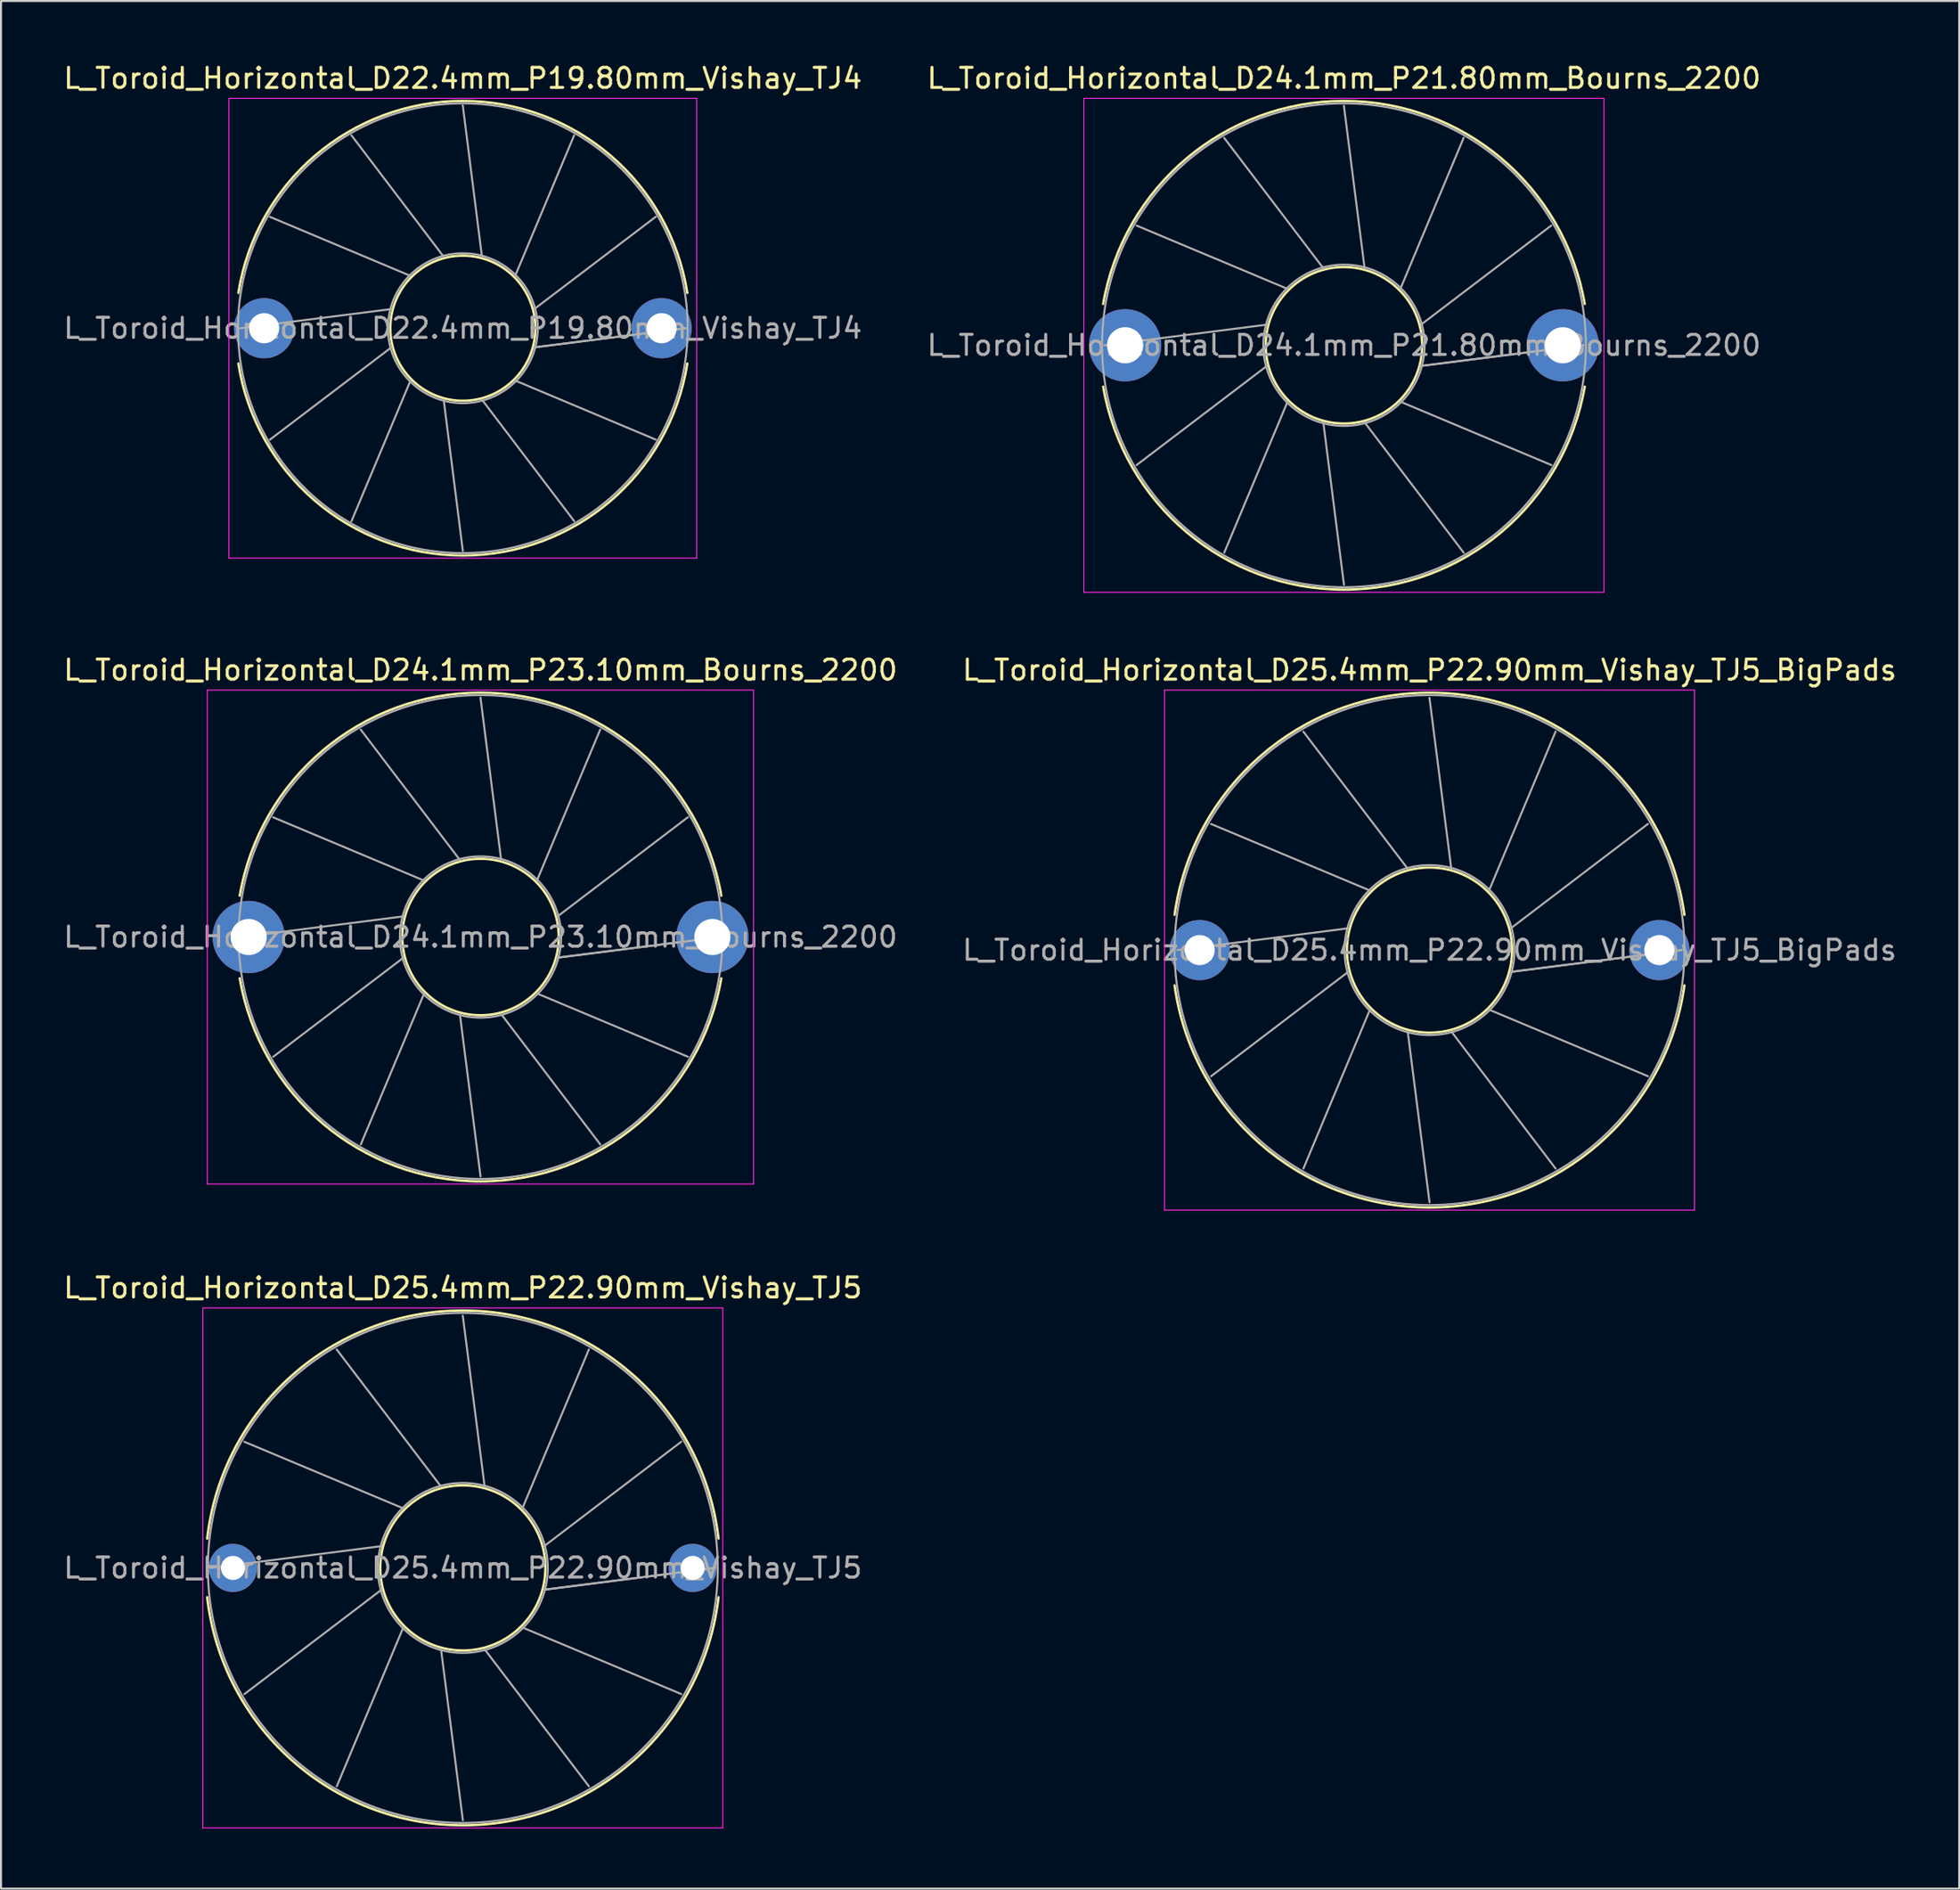
<source format=kicad_pcb>
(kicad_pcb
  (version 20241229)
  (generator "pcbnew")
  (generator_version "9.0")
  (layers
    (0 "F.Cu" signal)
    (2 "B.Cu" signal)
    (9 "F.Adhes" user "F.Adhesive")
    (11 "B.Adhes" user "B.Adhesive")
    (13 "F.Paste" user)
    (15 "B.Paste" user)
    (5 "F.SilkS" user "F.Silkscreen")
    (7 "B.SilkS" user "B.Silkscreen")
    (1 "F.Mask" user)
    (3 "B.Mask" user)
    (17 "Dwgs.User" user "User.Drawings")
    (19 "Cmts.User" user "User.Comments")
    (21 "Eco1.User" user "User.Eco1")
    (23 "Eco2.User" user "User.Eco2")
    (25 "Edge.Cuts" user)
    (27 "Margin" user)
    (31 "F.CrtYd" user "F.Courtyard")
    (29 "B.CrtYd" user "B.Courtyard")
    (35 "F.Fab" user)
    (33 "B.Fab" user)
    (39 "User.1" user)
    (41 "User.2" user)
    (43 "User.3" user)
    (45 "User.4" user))
  (footprint "L_Toroid_Horizontal_D24.1mm_P21.80mm_Bourns_2200"
    (layer "F.Cu")
    (at 52.999 14.148)
    (property "Reference" "L_Toroid_Horizontal_D24.1mm_P21.80mm_Bourns_2200" (at 10.9 -13.3 0) (layer "F.SilkS") (effects (font (size 1 1) (thickness 0.15))))
    (attr through_hole)
    (fp_arc (start -1.094386 -2.06) (mid 10.9 -12.17) (end 22.894386 -2.06) (stroke (width 0.12) (type solid)) (layer "F.SilkS"))
    (fp_arc (start 22.894386 2.06) (mid 10.9 12.17) (end -1.094386 2.06) (stroke (width 0.12) (type solid)) (layer "F.SilkS"))
    (fp_circle (center 10.9 0) (end 14.797 0) (stroke (width 0.12) (type solid)) (fill no) (layer "F.SilkS"))
    (fp_line (start -2.06 -12.3) (end -2.06 12.3) (stroke (width 0.05) (type solid)) (layer "F.CrtYd"))
    (fp_line (start -2.06 12.3) (end 23.85 12.3) (stroke (width 0.05) (type solid)) (layer "F.CrtYd"))
    (fp_line (start 23.85 -12.3) (end -2.06 -12.3) (stroke (width 0.05) (type solid)) (layer "F.CrtYd"))
    (fp_line (start 23.85 12.3) (end 23.85 -12.3) (stroke (width 0.05) (type solid)) (layer "F.CrtYd"))
    (fp_line (start -1.027 0.001) (end 7.061 -1.028) (stroke (width 0.1) (type solid)) (layer "F.Fab"))
    (fp_line (start 0.571 -5.962) (end 8.089 -2.81) (stroke (width 0.1) (type solid)) (layer "F.Fab"))
    (fp_line (start 0.572 5.964) (end 7.061 1.029) (stroke (width 0.1) (type solid)) (layer "F.Fab"))
    (fp_line (start 4.935 -10.328) (end 9.871 -3.839) (stroke (width 0.1) (type solid)) (layer "F.Fab"))
    (fp_line (start 4.937 10.329) (end 8.09 2.811) (stroke (width 0.1) (type solid)) (layer "F.Fab"))
    (fp_line (start 10.898 -11.927) (end 11.928 -3.839) (stroke (width 0.1) (type solid)) (layer "F.Fab"))
    (fp_line (start 10.901 11.927) (end 9.872 3.839) (stroke (width 0.1) (type solid)) (layer "F.Fab"))
    (fp_line (start 16.862 -10.33) (end 13.71 -2.811) (stroke (width 0.1) (type solid)) (layer "F.Fab"))
    (fp_line (start 16.864 10.329) (end 11.929 3.839) (stroke (width 0.1) (type solid)) (layer "F.Fab"))
    (fp_line (start 21.228 -5.965) (end 14.739 -1.029) (stroke (width 0.1) (type solid)) (layer "F.Fab"))
    (fp_line (start 21.229 5.963) (end 13.711 2.81) (stroke (width 0.1) (type solid)) (layer "F.Fab"))
    (fp_line (start 22.827 -0.002) (end 14.739 1.028) (stroke (width 0.1) (type solid)) (layer "F.Fab"))
    (fp_line (start 22.827 0) (end 14.739 1.029) (stroke (width 0.1) (type solid)) (layer "F.Fab"))
    (fp_circle (center 10.9 0) (end 14.917 0) (stroke (width 0.1) (type solid)) (fill no) (layer "F.Fab"))
    (fp_circle (center 10.9 0) (end 22.95 0) (stroke (width 0.1) (type solid)) (fill no) (layer "F.Fab"))
    (fp_text user "${REFERENCE}" (at 10.9 0 0) (layer "F.Fab") (effects (font (size 1 1) (thickness 0.15))))
    (pad "1" thru_hole circle (at 0 0) (size 3.6 3.6) (drill 1.8) (layers "*.Cu" "*.Mask"))
    (pad "2" thru_hole circle (at 21.8 0) (size 3.6 3.6) (drill 1.8) (layers "*.Cu" "*.Mask")))
  (footprint "L_Toroid_Horizontal_D22.4mm_P19.80mm_Vishay_TJ4"
    (layer "F.Cu")
    (at 10.106 13.298)
    (property "Reference" "L_Toroid_Horizontal_D22.4mm_P19.80mm_Vishay_TJ4" (at 9.9 -12.45 0) (layer "F.SilkS") (effects (font (size 1 1) (thickness 0.15))))
    (attr through_hole)
    (fp_arc (start -1.282343 -1.76) (mid 9.9 -11.32) (end 21.082343 -1.76) (stroke (width 0.12) (type solid)) (layer "F.SilkS"))
    (fp_arc (start 21.082343 1.76) (mid 9.9 11.32) (end -1.282343 1.76) (stroke (width 0.12) (type solid)) (layer "F.SilkS"))
    (fp_circle (center 9.9 0) (end 13.513 0) (stroke (width 0.12) (type solid)) (fill no) (layer "F.SilkS"))
    (fp_line (start -1.75 -11.45) (end -1.75 11.45) (stroke (width 0.05) (type solid)) (layer "F.CrtYd"))
    (fp_line (start -1.75 11.45) (end 21.55 11.45) (stroke (width 0.05) (type solid)) (layer "F.CrtYd"))
    (fp_line (start 21.55 -11.45) (end -1.75 -11.45) (stroke (width 0.05) (type solid)) (layer "F.CrtYd"))
    (fp_line (start 21.55 11.45) (end 21.55 -11.45) (stroke (width 0.05) (type solid)) (layer "F.CrtYd"))
    (fp_line (start -1.194 0.001) (end 6.34 -0.954) (stroke (width 0.1) (type solid)) (layer "F.Fab"))
    (fp_line (start 0.292 -5.546) (end 7.294 -2.606) (stroke (width 0.1) (type solid)) (layer "F.Fab"))
    (fp_line (start 0.293 5.548) (end 6.34 0.954) (stroke (width 0.1) (type solid)) (layer "F.Fab"))
    (fp_line (start 4.352 -9.607) (end 8.946 -3.56) (stroke (width 0.1) (type solid)) (layer "F.Fab"))
    (fp_line (start 4.354 9.608) (end 7.294 2.606) (stroke (width 0.1) (type solid)) (layer "F.Fab"))
    (fp_line (start 9.898 -11.094) (end 10.853 -3.56) (stroke (width 0.1) (type solid)) (layer "F.Fab"))
    (fp_line (start 9.901 11.094) (end 8.946 3.56) (stroke (width 0.1) (type solid)) (layer "F.Fab"))
    (fp_line (start 15.445 -9.608) (end 12.506 -2.607) (stroke (width 0.1) (type solid)) (layer "F.Fab"))
    (fp_line (start 15.447 9.607) (end 10.854 3.56) (stroke (width 0.1) (type solid)) (layer "F.Fab"))
    (fp_line (start 19.506 -5.548) (end 13.46 -0.955) (stroke (width 0.1) (type solid)) (layer "F.Fab"))
    (fp_line (start 19.507 5.547) (end 12.506 2.606) (stroke (width 0.1) (type solid)) (layer "F.Fab"))
    (fp_line (start 20.994 -0.002) (end 13.46 0.953) (stroke (width 0.1) (type solid)) (layer "F.Fab"))
    (fp_line (start 20.994 0) (end 13.46 0.954) (stroke (width 0.1) (type solid)) (layer "F.Fab"))
    (fp_circle (center 9.9 0) (end 13.633 0) (stroke (width 0.1) (type solid)) (fill no) (layer "F.Fab"))
    (fp_circle (center 9.9 0) (end 21.1 0) (stroke (width 0.1) (type solid)) (fill no) (layer "F.Fab"))
    (fp_text user "${REFERENCE}" (at 9.9 0 0) (layer "F.Fab") (effects (font (size 1 1) (thickness 0.15))))
    (pad "1" thru_hole circle (at 0 0) (size 3 3) (drill 1.5) (layers "*.Cu" "*.Mask"))
    (pad "2" thru_hole circle (at 19.8 0) (size 3 3) (drill 1.5) (layers "*.Cu" "*.Mask")))
  (footprint "L_Toroid_Horizontal_D25.4mm_P22.90mm_Vishay_TJ5_BigPads"
    (layer "F.Cu")
    (at 56.711 44.272)
    (property "Reference" "L_Toroid_Horizontal_D25.4mm_P22.90mm_Vishay_TJ5_BigPads" (at 11.45 -13.95 0) (layer "F.SilkS") (effects (font (size 1 1) (thickness 0.15))))
    (attr through_hole)
    (fp_arc (start -1.248614 -1.76) (mid 11.45 -12.82) (end 24.148614 -1.76) (stroke (width 0.12) (type solid)) (layer "F.SilkS"))
    (fp_arc (start 24.148614 1.76) (mid 11.45 12.82) (end -1.248614 1.76) (stroke (width 0.12) (type solid)) (layer "F.SilkS"))
    (fp_circle (center 11.45 0) (end 15.563 0) (stroke (width 0.12) (type solid)) (fill no) (layer "F.SilkS"))
    (fp_line (start -1.75 -12.95) (end -1.75 12.95) (stroke (width 0.05) (type solid)) (layer "F.CrtYd"))
    (fp_line (start -1.75 12.95) (end 24.65 12.95) (stroke (width 0.05) (type solid)) (layer "F.CrtYd"))
    (fp_line (start 24.65 -12.95) (end -1.75 -12.95) (stroke (width 0.05) (type solid)) (layer "F.CrtYd"))
    (fp_line (start 24.65 12.95) (end 24.65 -12.95) (stroke (width 0.05) (type solid)) (layer "F.CrtYd"))
    (fp_line (start -1.114 0.001) (end 7.397 -1.085) (stroke (width 0.1) (type solid)) (layer "F.Fab"))
    (fp_line (start 0.569 -6.281) (end 8.483 -2.966) (stroke (width 0.1) (type solid)) (layer "F.Fab"))
    (fp_line (start 0.57 6.283) (end 7.397 1.086) (stroke (width 0.1) (type solid)) (layer "F.Fab"))
    (fp_line (start 5.167 -10.88) (end 10.364 -4.052) (stroke (width 0.1) (type solid)) (layer "F.Fab"))
    (fp_line (start 5.169 10.881) (end 8.483 2.967) (stroke (width 0.1) (type solid)) (layer "F.Fab"))
    (fp_line (start 11.448 -12.564) (end 12.535 -4.053) (stroke (width 0.1) (type solid)) (layer "F.Fab"))
    (fp_line (start 11.451 12.564) (end 10.364 4.053) (stroke (width 0.1) (type solid)) (layer "F.Fab"))
    (fp_line (start 17.73 -10.881) (end 14.416 -2.967) (stroke (width 0.1) (type solid)) (layer "F.Fab"))
    (fp_line (start 17.732 10.88) (end 12.536 4.053) (stroke (width 0.1) (type solid)) (layer "F.Fab"))
    (fp_line (start 22.329 -6.284) (end 15.502 -1.087) (stroke (width 0.1) (type solid)) (layer "F.Fab"))
    (fp_line (start 22.33 6.282) (end 14.417 2.967) (stroke (width 0.1) (type solid)) (layer "F.Fab"))
    (fp_line (start 24.014 -0.002) (end 15.503 1.085) (stroke (width 0.1) (type solid)) (layer "F.Fab"))
    (fp_line (start 24.014 0) (end 15.503 1.086) (stroke (width 0.1) (type solid)) (layer "F.Fab"))
    (fp_circle (center 11.45 0) (end 15.683 0) (stroke (width 0.1) (type solid)) (fill no) (layer "F.Fab"))
    (fp_circle (center 11.45 0) (end 24.15 0) (stroke (width 0.1) (type solid)) (fill no) (layer "F.Fab"))
    (fp_text user "${REFERENCE}" (at 11.45 0 0) (layer "F.Fab") (effects (font (size 1 1) (thickness 0.15))))
    (pad "1" thru_hole circle (at 0 0) (size 3 3) (drill 1.5) (layers "*.Cu" "*.Mask"))
    (pad "2" thru_hole circle (at 22.9 0) (size 3 3) (drill 1.5) (layers "*.Cu" "*.Mask")))
  (footprint "L_Toroid_Horizontal_D24.1mm_P23.10mm_Bourns_2200"
    (layer "F.Cu")
    (at 9.337 43.621)
    (property "Reference" "L_Toroid_Horizontal_D24.1mm_P23.10mm_Bourns_2200" (at 11.55 -13.3 0) (layer "F.SilkS") (effects (font (size 1 1) (thickness 0.15))))
    (attr through_hole)
    (fp_arc (start -0.444386 -2.06) (mid 11.55 -12.17) (end 23.544386 -2.06) (stroke (width 0.12) (type solid)) (layer "F.SilkS"))
    (fp_arc (start 23.544386 2.06) (mid 11.55 12.17) (end -0.444386 2.06) (stroke (width 0.12) (type solid)) (layer "F.SilkS"))
    (fp_circle (center 11.55 0) (end 15.447 0) (stroke (width 0.12) (type solid)) (fill no) (layer "F.SilkS"))
    (fp_line (start -2.06 -12.3) (end -2.06 12.3) (stroke (width 0.05) (type solid)) (layer "F.CrtYd"))
    (fp_line (start -2.06 12.3) (end 25.15 12.3) (stroke (width 0.05) (type solid)) (layer "F.CrtYd"))
    (fp_line (start 25.15 -12.3) (end -2.06 -12.3) (stroke (width 0.05) (type solid)) (layer "F.CrtYd"))
    (fp_line (start 25.15 12.3) (end 25.15 -12.3) (stroke (width 0.05) (type solid)) (layer "F.CrtYd"))
    (fp_line (start -0.377 0.001) (end 7.711 -1.028) (stroke (width 0.1) (type solid)) (layer "F.Fab"))
    (fp_line (start 1.221 -5.962) (end 8.739 -2.81) (stroke (width 0.1) (type solid)) (layer "F.Fab"))
    (fp_line (start 1.222 5.964) (end 7.711 1.029) (stroke (width 0.1) (type solid)) (layer "F.Fab"))
    (fp_line (start 5.585 -10.328) (end 10.521 -3.839) (stroke (width 0.1) (type solid)) (layer "F.Fab"))
    (fp_line (start 5.587 10.329) (end 8.74 2.811) (stroke (width 0.1) (type solid)) (layer "F.Fab"))
    (fp_line (start 11.548 -11.927) (end 12.578 -3.839) (stroke (width 0.1) (type solid)) (layer "F.Fab"))
    (fp_line (start 11.551 11.927) (end 10.522 3.839) (stroke (width 0.1) (type solid)) (layer "F.Fab"))
    (fp_line (start 17.512 -10.33) (end 14.36 -2.811) (stroke (width 0.1) (type solid)) (layer "F.Fab"))
    (fp_line (start 17.514 10.329) (end 12.579 3.839) (stroke (width 0.1) (type solid)) (layer "F.Fab"))
    (fp_line (start 21.878 -5.965) (end 15.389 -1.029) (stroke (width 0.1) (type solid)) (layer "F.Fab"))
    (fp_line (start 21.879 5.963) (end 14.361 2.81) (stroke (width 0.1) (type solid)) (layer "F.Fab"))
    (fp_line (start 23.477 -0.002) (end 15.389 1.028) (stroke (width 0.1) (type solid)) (layer "F.Fab"))
    (fp_line (start 23.477 0) (end 15.389 1.029) (stroke (width 0.1) (type solid)) (layer "F.Fab"))
    (fp_circle (center 11.55 0) (end 15.567 0) (stroke (width 0.1) (type solid)) (fill no) (layer "F.Fab"))
    (fp_circle (center 11.55 0) (end 23.6 0) (stroke (width 0.1) (type solid)) (fill no) (layer "F.Fab"))
    (fp_text user "${REFERENCE}" (at 11.55 0 0) (layer "F.Fab") (effects (font (size 1 1) (thickness 0.15))))
    (pad "1" thru_hole circle (at 0 0) (size 3.6 3.6) (drill 1.8) (layers "*.Cu" "*.Mask"))
    (pad "2" thru_hole circle (at 23.1 0) (size 3.6 3.6) (drill 1.8) (layers "*.Cu" "*.Mask")))
  (footprint "L_Toroid_Horizontal_D25.4mm_P22.90mm_Vishay_TJ5"
    (layer "F.Cu")
    (at 8.556 75.045)
    (property "Reference" "L_Toroid_Horizontal_D25.4mm_P22.90mm_Vishay_TJ5" (at 11.45 -13.95 0) (layer "F.SilkS") (effects (font (size 1 1) (thickness 0.15))))
    (attr through_hole)
    (fp_arc (start -1.286593 -1.46) (mid 11.45 -12.82) (end 24.186593 -1.46) (stroke (width 0.12) (type solid)) (layer "F.SilkS"))
    (fp_arc (start 24.186593 1.46) (mid 11.45 12.82) (end -1.286593 1.46) (stroke (width 0.12) (type solid)) (layer "F.SilkS"))
    (fp_circle (center 11.45 0) (end 15.563 0) (stroke (width 0.12) (type solid)) (fill no) (layer "F.SilkS"))
    (fp_line (start -1.5 -12.95) (end -1.5 12.95) (stroke (width 0.05) (type solid)) (layer "F.CrtYd"))
    (fp_line (start -1.5 12.95) (end 24.4 12.95) (stroke (width 0.05) (type solid)) (layer "F.CrtYd"))
    (fp_line (start 24.4 -12.95) (end -1.5 -12.95) (stroke (width 0.05) (type solid)) (layer "F.CrtYd"))
    (fp_line (start 24.4 12.95) (end 24.4 -12.95) (stroke (width 0.05) (type solid)) (layer "F.CrtYd"))
    (fp_line (start -1.114 0.001) (end 7.397 -1.085) (stroke (width 0.1) (type solid)) (layer "F.Fab"))
    (fp_line (start 0.569 -6.281) (end 8.483 -2.966) (stroke (width 0.1) (type solid)) (layer "F.Fab"))
    (fp_line (start 0.57 6.283) (end 7.397 1.086) (stroke (width 0.1) (type solid)) (layer "F.Fab"))
    (fp_line (start 5.167 -10.88) (end 10.364 -4.052) (stroke (width 0.1) (type solid)) (layer "F.Fab"))
    (fp_line (start 5.169 10.881) (end 8.483 2.967) (stroke (width 0.1) (type solid)) (layer "F.Fab"))
    (fp_line (start 11.448 -12.564) (end 12.535 -4.053) (stroke (width 0.1) (type solid)) (layer "F.Fab"))
    (fp_line (start 11.451 12.564) (end 10.364 4.053) (stroke (width 0.1) (type solid)) (layer "F.Fab"))
    (fp_line (start 17.73 -10.881) (end 14.416 -2.967) (stroke (width 0.1) (type solid)) (layer "F.Fab"))
    (fp_line (start 17.732 10.88) (end 12.536 4.053) (stroke (width 0.1) (type solid)) (layer "F.Fab"))
    (fp_line (start 22.329 -6.284) (end 15.502 -1.087) (stroke (width 0.1) (type solid)) (layer "F.Fab"))
    (fp_line (start 22.33 6.282) (end 14.417 2.967) (stroke (width 0.1) (type solid)) (layer "F.Fab"))
    (fp_line (start 24.014 -0.002) (end 15.503 1.085) (stroke (width 0.1) (type solid)) (layer "F.Fab"))
    (fp_line (start 24.014 0) (end 15.503 1.086) (stroke (width 0.1) (type solid)) (layer "F.Fab"))
    (fp_circle (center 11.45 0) (end 15.683 0) (stroke (width 0.1) (type solid)) (fill no) (layer "F.Fab"))
    (fp_circle (center 11.45 0) (end 24.15 0) (stroke (width 0.1) (type solid)) (fill no) (layer "F.Fab"))
    (fp_text user "${REFERENCE}" (at 11.45 0 0) (layer "F.Fab") (effects (font (size 1 1) (thickness 0.15))))
    (pad "1" thru_hole circle (at 0 0) (size 2.4 2.4) (drill 1.2) (layers "*.Cu" "*.Mask"))
    (pad "2" thru_hole circle (at 22.9 0) (size 2.4 2.4) (drill 1.2) (layers "*.Cu" "*.Mask")))
  (gr_rect
    (start -3 -3)
    (end 94.548 91.02)
    (stroke (width 0.1) (type default))
    (fill no)
    (layer "Edge.Cuts")))
</source>
